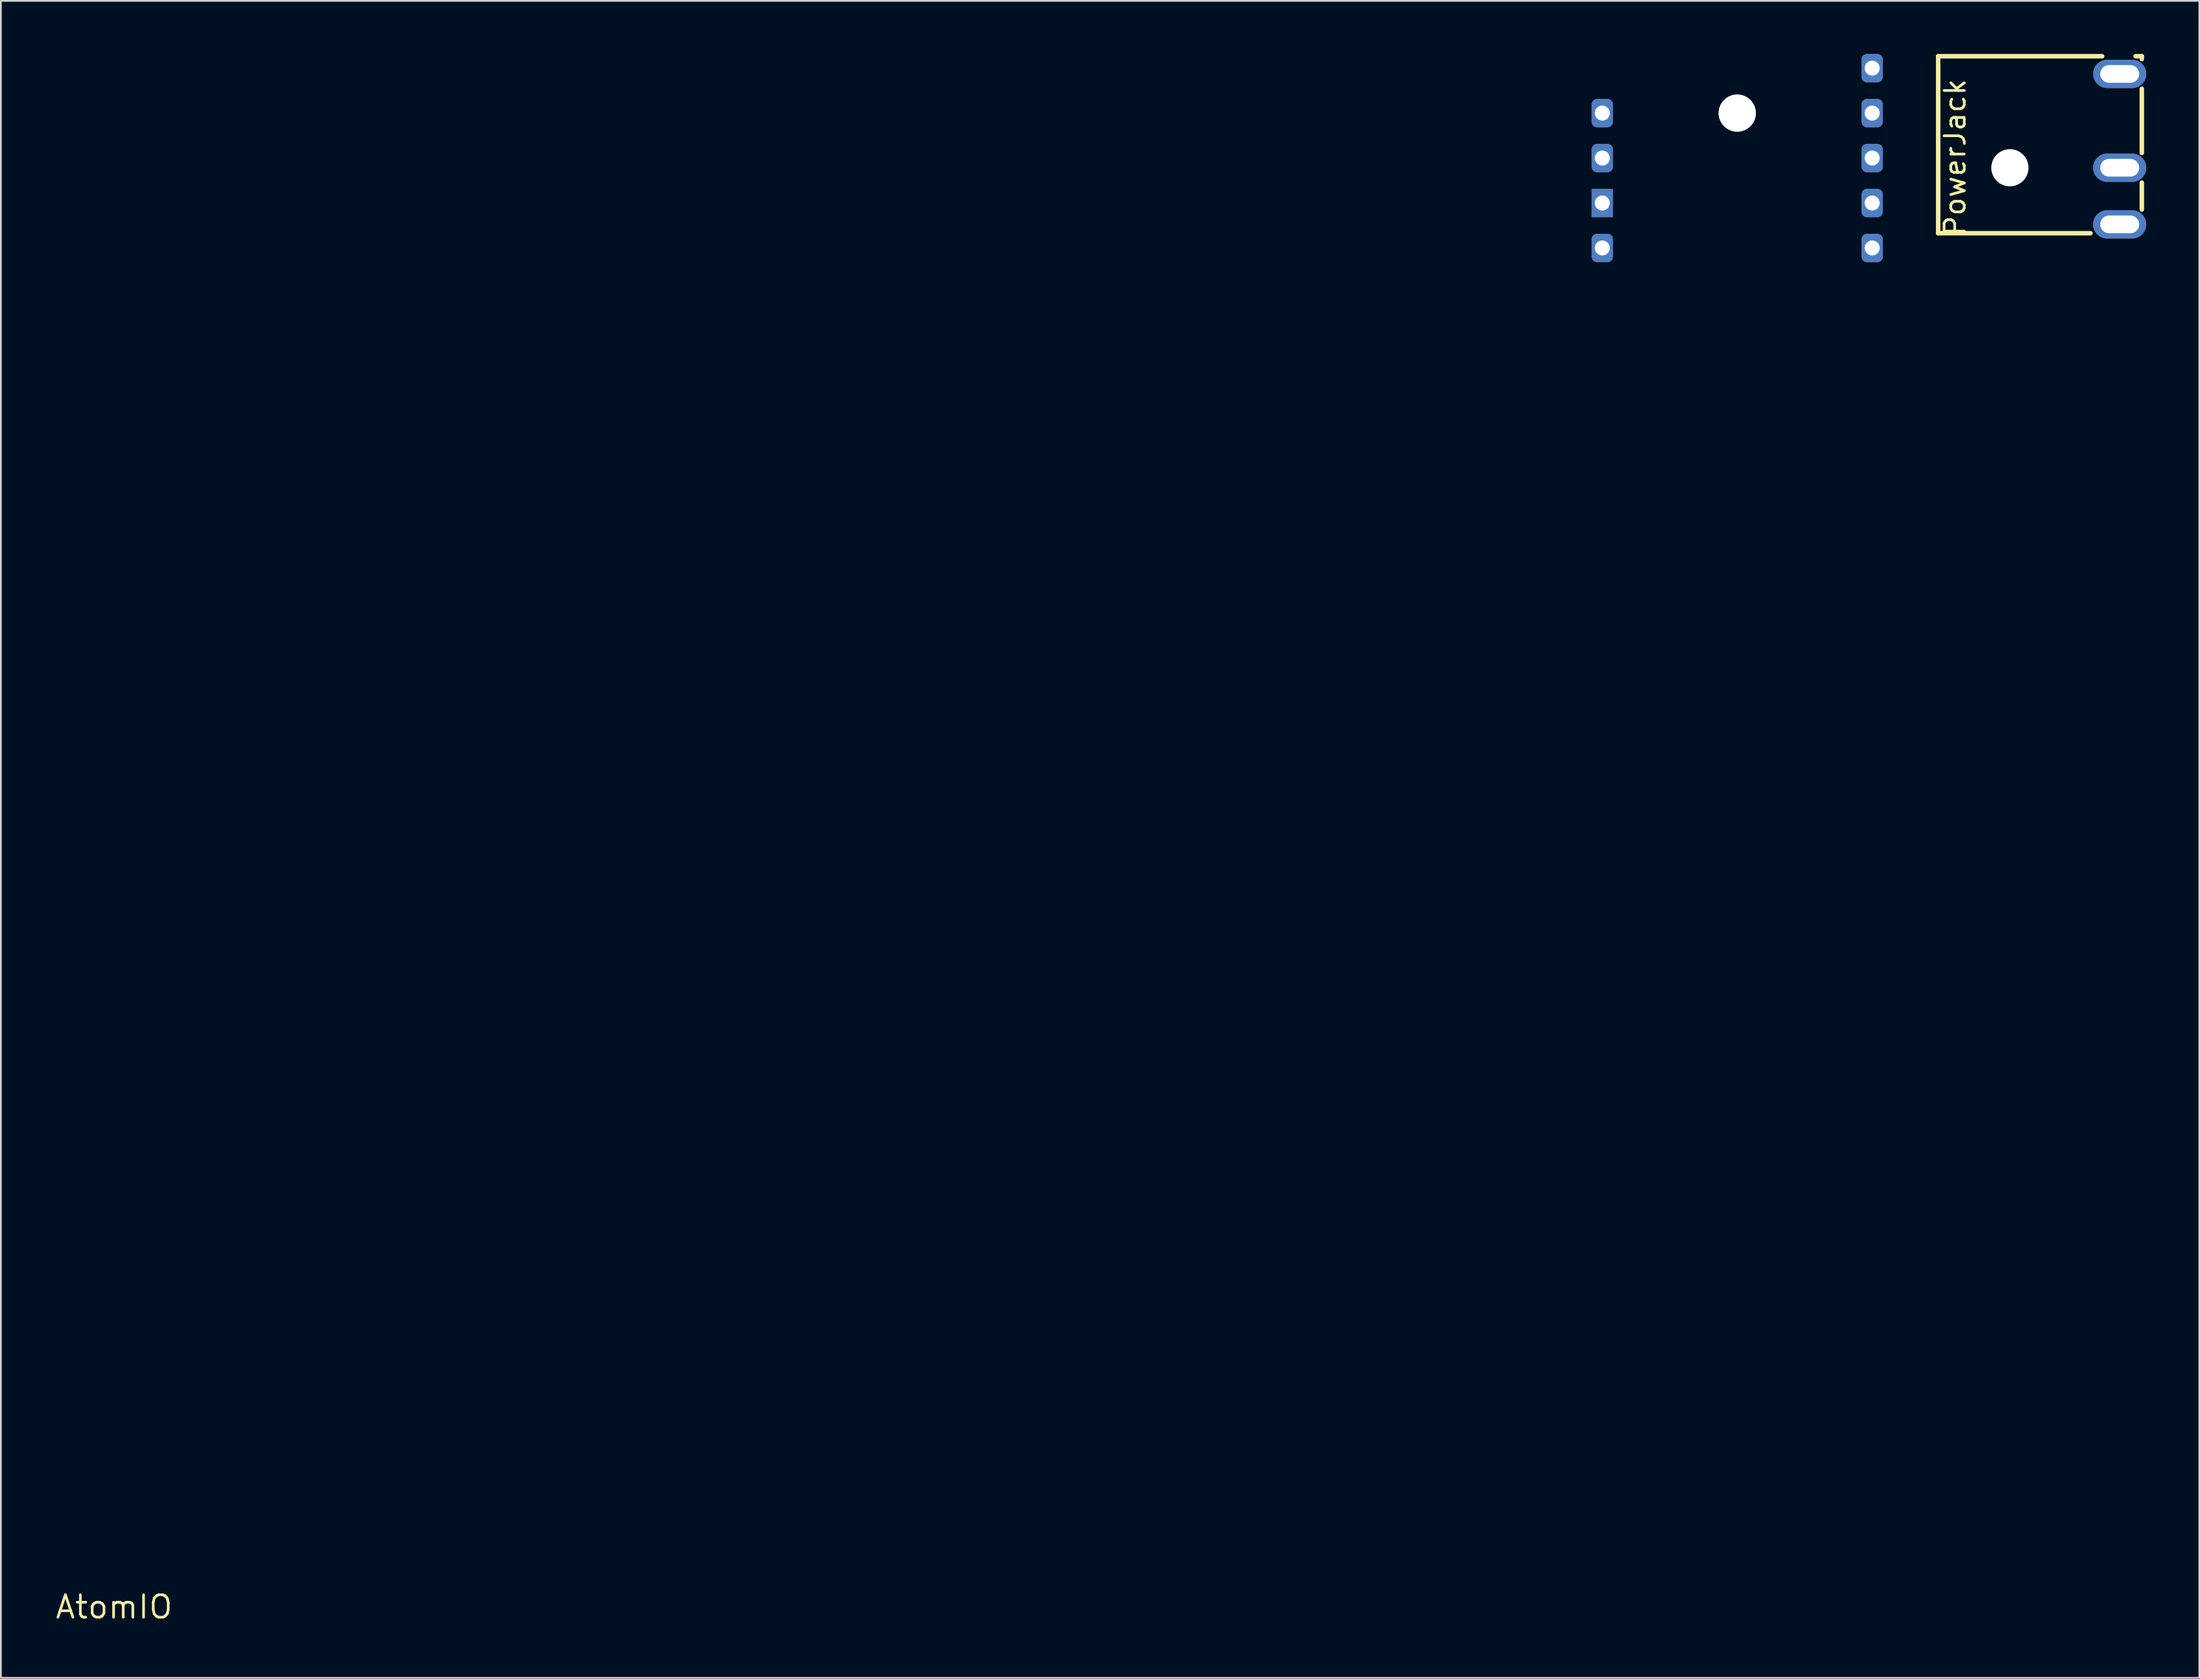
<source format=kicad_pcb>
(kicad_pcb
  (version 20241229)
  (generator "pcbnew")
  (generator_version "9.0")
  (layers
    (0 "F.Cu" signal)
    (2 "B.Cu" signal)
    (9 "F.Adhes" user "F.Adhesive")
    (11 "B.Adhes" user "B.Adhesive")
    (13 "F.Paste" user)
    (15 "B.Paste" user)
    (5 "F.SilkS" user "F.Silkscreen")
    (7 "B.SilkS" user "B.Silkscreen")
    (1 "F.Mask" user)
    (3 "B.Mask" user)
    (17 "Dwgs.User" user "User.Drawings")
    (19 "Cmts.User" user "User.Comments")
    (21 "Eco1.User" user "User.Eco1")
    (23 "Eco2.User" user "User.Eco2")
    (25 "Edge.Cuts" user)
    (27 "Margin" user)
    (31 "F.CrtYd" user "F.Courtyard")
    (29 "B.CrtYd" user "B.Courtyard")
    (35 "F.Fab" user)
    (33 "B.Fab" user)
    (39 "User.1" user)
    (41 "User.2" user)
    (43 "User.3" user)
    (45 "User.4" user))
  (footprint "AtomIO"
    (layer "F.Cu")
    (at 3.394 87.74)
    (property "Reference" "AtomIO" (at 0 0 0) (layer "F.SilkS") (effects (font (size 1.27 1.27) (thickness 0.15))))
    (attr smd)
    (pad "" thru_hole circle (at 91.656 -84.4 270) (size 2.1 2.1) (drill 2.1) (layers "*.Cu"))
    (pad "" smd circle (at 91.656 -84.4) (size 3.9 3.9) (layers "F.Mask"))
    (pad "" smd circle (at 91.656 -84.4 180) (size 3.9 3.9) (layers "B.Mask"))
    (pad "1" thru_hole roundrect (at 99.276 -86.94) (size 1.2 1.6) (drill 0.85) (layers "*.Cu") (roundrect_rratio 0.25))
    (pad "2" thru_hole roundrect (at 99.276 -84.4) (size 1.2 1.6) (drill 0.85) (layers "*.Cu") (roundrect_rratio 0.25))
    (pad "3" thru_hole roundrect (at 99.276 -81.86) (size 1.2 1.6) (drill 0.85) (layers "*.Cu") (roundrect_rratio 0.25))
    (pad "4" thru_hole roundrect (at 99.276 -79.32) (size 1.2 1.6) (drill 0.85) (layers "*.Cu") (roundrect_rratio 0.25))
    (pad "5" thru_hole roundrect (at 99.276 -76.78) (size 1.2 1.6) (drill 0.85) (layers "*.Cu") (roundrect_rratio 0.25))
    (pad "6" thru_hole roundrect (at 84.036 -84.4 180) (size 1.2 1.6) (drill 0.85) (layers "*.Cu") (roundrect_rratio 0.25))
    (pad "7" thru_hole roundrect (at 84.036 -81.86 180) (size 1.2 1.6) (drill 0.85) (layers "*.Cu") (roundrect_rratio 0.25))
    (pad "8" thru_hole rect (at 84.036 -79.32 180) (size 1.2 1.6) (drill 0.85) (layers "*.Cu"))
    (pad "9" thru_hole roundrect (at 84.036 -76.78 180) (size 1.2 1.6) (drill 0.85) (layers "*.Cu") (roundrect_rratio 0.25)))
  (footprint "PowerJack"
    (layer "F.Cu")
    (at 116.647 5.377)
    (property "Reference" "PowerJack" (at -9.296 5.004 270) (layer "F.SilkS") (effects (font (size 1.143 1.143) (thickness 0.152)) (justify left)))
    (attr through_hole)
    (fp_line (start -10.25 -5.25) (end -10.25 4.75) (stroke (width 0.254) (type solid)) (layer "F.SilkS"))
    (fp_line (start -10.25 -5.25) (end -0.993 -5.25) (stroke (width 0.254) (type solid)) (layer "F.SilkS"))
    (fp_line (start -10.25 4.75) (end -1.651 4.75) (stroke (width 0.254) (type solid)) (layer "F.SilkS"))
    (fp_line (start 0.893 -5.25) (end 1.25 -5.25) (stroke (width 0.254) (type solid)) (layer "F.SilkS"))
    (fp_line (start 1.25 -5.25) (end 1.25 -5.088) (stroke (width 0.254) (type solid)) (layer "F.SilkS"))
    (fp_line (start 1.25 -3.412) (end 1.25 0.212) (stroke (width 0.254) (type solid)) (layer "F.SilkS"))
    (fp_line (start 1.25 1.888) (end 1.25 3.412) (stroke (width 0.254) (type solid)) (layer "F.SilkS"))
    (fp_poly (pts (xy -6.85 0.4) (xy -5.55 0.4) (xy -5.55 1.7) (xy -6.85 1.7)) (stroke (width 0.1) (type solid)) (fill no) (layer "Cmts.User"))
    (pad "" np_thru_hole circle (at -6.2 1.05) (size 2.1 2.1) (drill 2.1) (layers "*.Cu" "*.Mask"))
    (pad "2" thru_hole oval (at 0 -4.25 90) (size 1.6 3) (drill oval 1 2.2) (layers "*.Cu" "*.Paste" "*.Mask"))
    (pad "3" thru_hole oval (at 0 1.05 90) (size 1.6 3) (drill oval 1 2.2) (layers "*.Cu" "*.Paste" "*.Mask"))
    (pad "4" thru_hole oval (at 0 4.25 90) (size 1.6 3) (drill oval 1 2.2) (layers "*.Cu" "*.Paste" "*.Mask")))
  (gr_rect
    (start -3 -3)
    (end 121.147 91.746)
    (stroke (width 0.1) (type default))
    (fill no)
    (layer "Edge.Cuts")))
</source>
